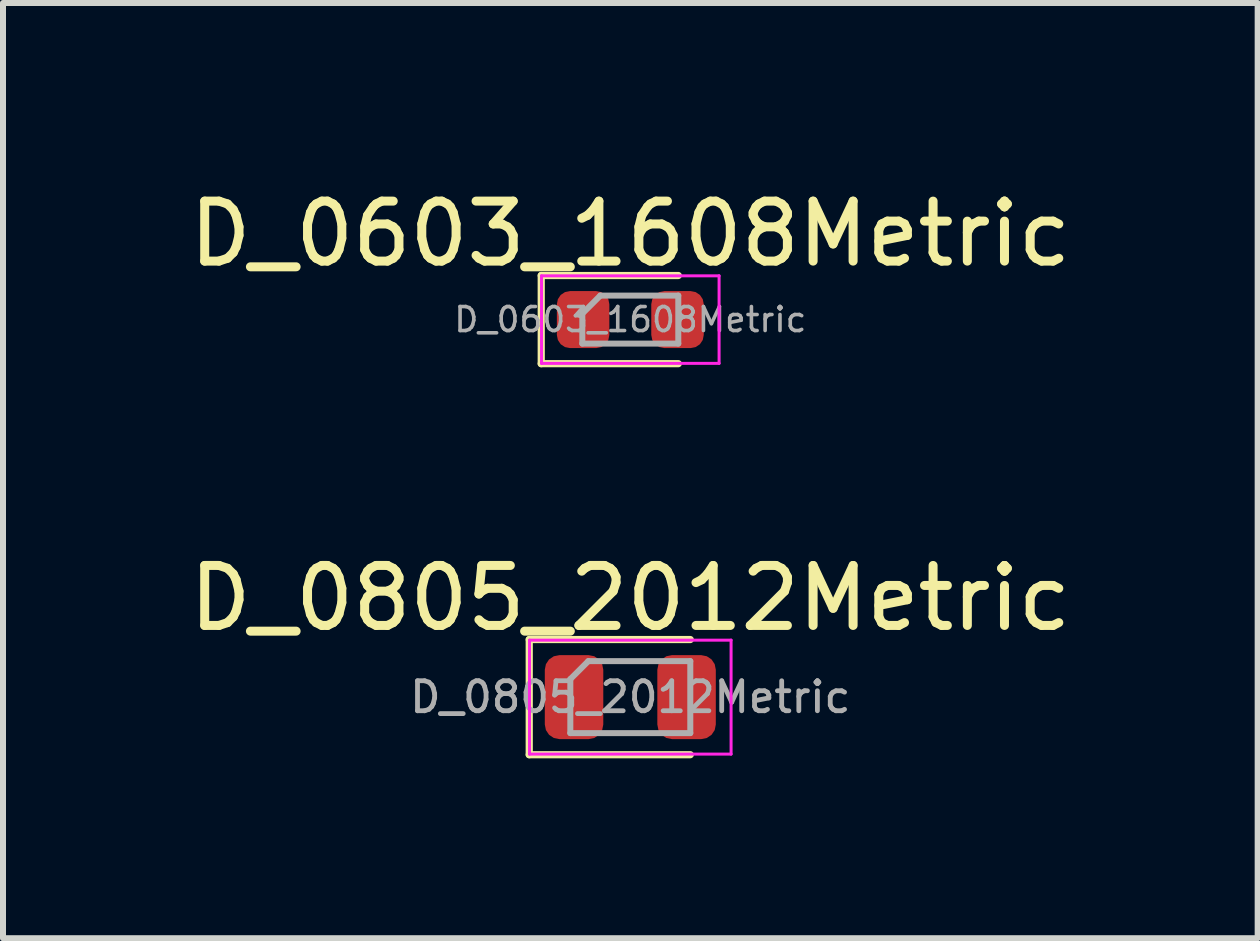
<source format=kicad_pcb>
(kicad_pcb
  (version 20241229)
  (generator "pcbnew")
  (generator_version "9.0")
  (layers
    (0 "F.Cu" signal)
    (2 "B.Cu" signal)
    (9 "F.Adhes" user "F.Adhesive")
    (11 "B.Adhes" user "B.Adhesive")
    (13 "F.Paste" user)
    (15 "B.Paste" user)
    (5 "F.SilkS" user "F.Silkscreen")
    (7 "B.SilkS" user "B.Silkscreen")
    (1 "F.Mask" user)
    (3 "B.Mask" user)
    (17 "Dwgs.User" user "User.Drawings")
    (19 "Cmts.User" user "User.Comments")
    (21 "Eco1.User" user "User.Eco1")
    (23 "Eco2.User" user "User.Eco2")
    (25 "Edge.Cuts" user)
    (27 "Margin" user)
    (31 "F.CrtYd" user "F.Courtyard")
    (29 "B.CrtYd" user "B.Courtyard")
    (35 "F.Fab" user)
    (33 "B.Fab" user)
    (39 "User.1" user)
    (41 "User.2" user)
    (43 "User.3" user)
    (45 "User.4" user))
  (footprint "D_0603_1608Metric"
    (layer "F.Cu")
    (at 7.458 2.278)
    (property "Reference" "D_0603_1608Metric" (at 0 -1.43 180) (layer "F.SilkS") (effects (font (size 1 1) (thickness 0.15))))
    (attr smd)
    (fp_line (start -1.485 -0.735) (end -1.485 0.735) (stroke (width 0.12) (type solid)) (layer "F.SilkS"))
    (fp_line (start -1.485 0.735) (end 0.8 0.735) (stroke (width 0.12) (type solid)) (layer "F.SilkS"))
    (fp_line (start 0.8 -0.735) (end -1.485 -0.735) (stroke (width 0.12) (type solid)) (layer "F.SilkS"))
    (fp_line (start -1.48 -0.73) (end 1.48 -0.73) (stroke (width 0.05) (type solid)) (layer "F.CrtYd"))
    (fp_line (start -1.48 0.73) (end -1.48 -0.73) (stroke (width 0.05) (type solid)) (layer "F.CrtYd"))
    (fp_line (start 1.48 -0.73) (end 1.48 0.73) (stroke (width 0.05) (type solid)) (layer "F.CrtYd"))
    (fp_line (start 1.48 0.73) (end -1.48 0.73) (stroke (width 0.05) (type solid)) (layer "F.CrtYd"))
    (fp_line (start -0.8 -0.1) (end -0.8 0.4) (stroke (width 0.1) (type solid)) (layer "F.Fab"))
    (fp_line (start -0.8 0.4) (end 0.8 0.4) (stroke (width 0.1) (type solid)) (layer "F.Fab"))
    (fp_line (start -0.5 -0.4) (end -0.8 -0.1) (stroke (width 0.1) (type solid)) (layer "F.Fab"))
    (fp_line (start 0.8 -0.4) (end -0.5 -0.4) (stroke (width 0.1) (type solid)) (layer "F.Fab"))
    (fp_line (start 0.8 0.4) (end 0.8 -0.4) (stroke (width 0.1) (type solid)) (layer "F.Fab"))
    (fp_text user "${REFERENCE}" (at 0 0 180) (layer "F.Fab") (effects (font (size 0.4 0.4) (thickness 0.06))))
    (pad "1" smd roundrect (at -0.787 0) (size 0.875 0.95) (layers "F.Cu" "F.Mask" "F.Paste") (roundrect_rratio 0.25))
    (pad "2" smd roundrect (at 0.787 0) (size 0.875 0.95) (layers "F.Cu" "F.Mask" "F.Paste") (roundrect_rratio 0.25)))
  (footprint "D_0805_2012Metric"
    (layer "F.Cu")
    (at 7.458 8.572)
    (property "Reference" "D_0805_2012Metric" (at 0 -1.65 0) (layer "F.SilkS") (effects (font (size 1 1) (thickness 0.15))))
    (attr smd)
    (fp_line (start -1.685 -0.96) (end -1.685 0.96) (stroke (width 0.12) (type solid)) (layer "F.SilkS"))
    (fp_line (start -1.685 0.96) (end 1 0.96) (stroke (width 0.12) (type solid)) (layer "F.SilkS"))
    (fp_line (start 1 -0.96) (end -1.685 -0.96) (stroke (width 0.12) (type solid)) (layer "F.SilkS"))
    (fp_line (start -1.68 -0.95) (end 1.68 -0.95) (stroke (width 0.05) (type solid)) (layer "F.CrtYd"))
    (fp_line (start -1.68 0.95) (end -1.68 -0.95) (stroke (width 0.05) (type solid)) (layer "F.CrtYd"))
    (fp_line (start 1.68 -0.95) (end 1.68 0.95) (stroke (width 0.05) (type solid)) (layer "F.CrtYd"))
    (fp_line (start 1.68 0.95) (end -1.68 0.95) (stroke (width 0.05) (type solid)) (layer "F.CrtYd"))
    (fp_line (start -1 -0.3) (end -1 0.6) (stroke (width 0.1) (type solid)) (layer "F.Fab"))
    (fp_line (start -1 0.6) (end 1 0.6) (stroke (width 0.1) (type solid)) (layer "F.Fab"))
    (fp_line (start -0.7 -0.6) (end -1 -0.3) (stroke (width 0.1) (type solid)) (layer "F.Fab"))
    (fp_line (start 1 -0.6) (end -0.7 -0.6) (stroke (width 0.1) (type solid)) (layer "F.Fab"))
    (fp_line (start 1 0.6) (end 1 -0.6) (stroke (width 0.1) (type solid)) (layer "F.Fab"))
    (fp_text user "${REFERENCE}" (at 0 0 0) (layer "F.Fab") (effects (font (size 0.5 0.5) (thickness 0.08))))
    (pad "1" smd roundrect (at -0.938 0) (size 0.975 1.4) (layers "F.Cu" "F.Mask" "F.Paste") (roundrect_rratio 0.25))
    (pad "2" smd roundrect (at 0.938 0) (size 0.975 1.4) (layers "F.Cu" "F.Mask" "F.Paste") (roundrect_rratio 0.25)))
  (gr_rect
    (start -3 -3)
    (end 17.917 12.591)
    (stroke (width 0.1) (type default))
    (fill no)
    (layer "Edge.Cuts")))
</source>
